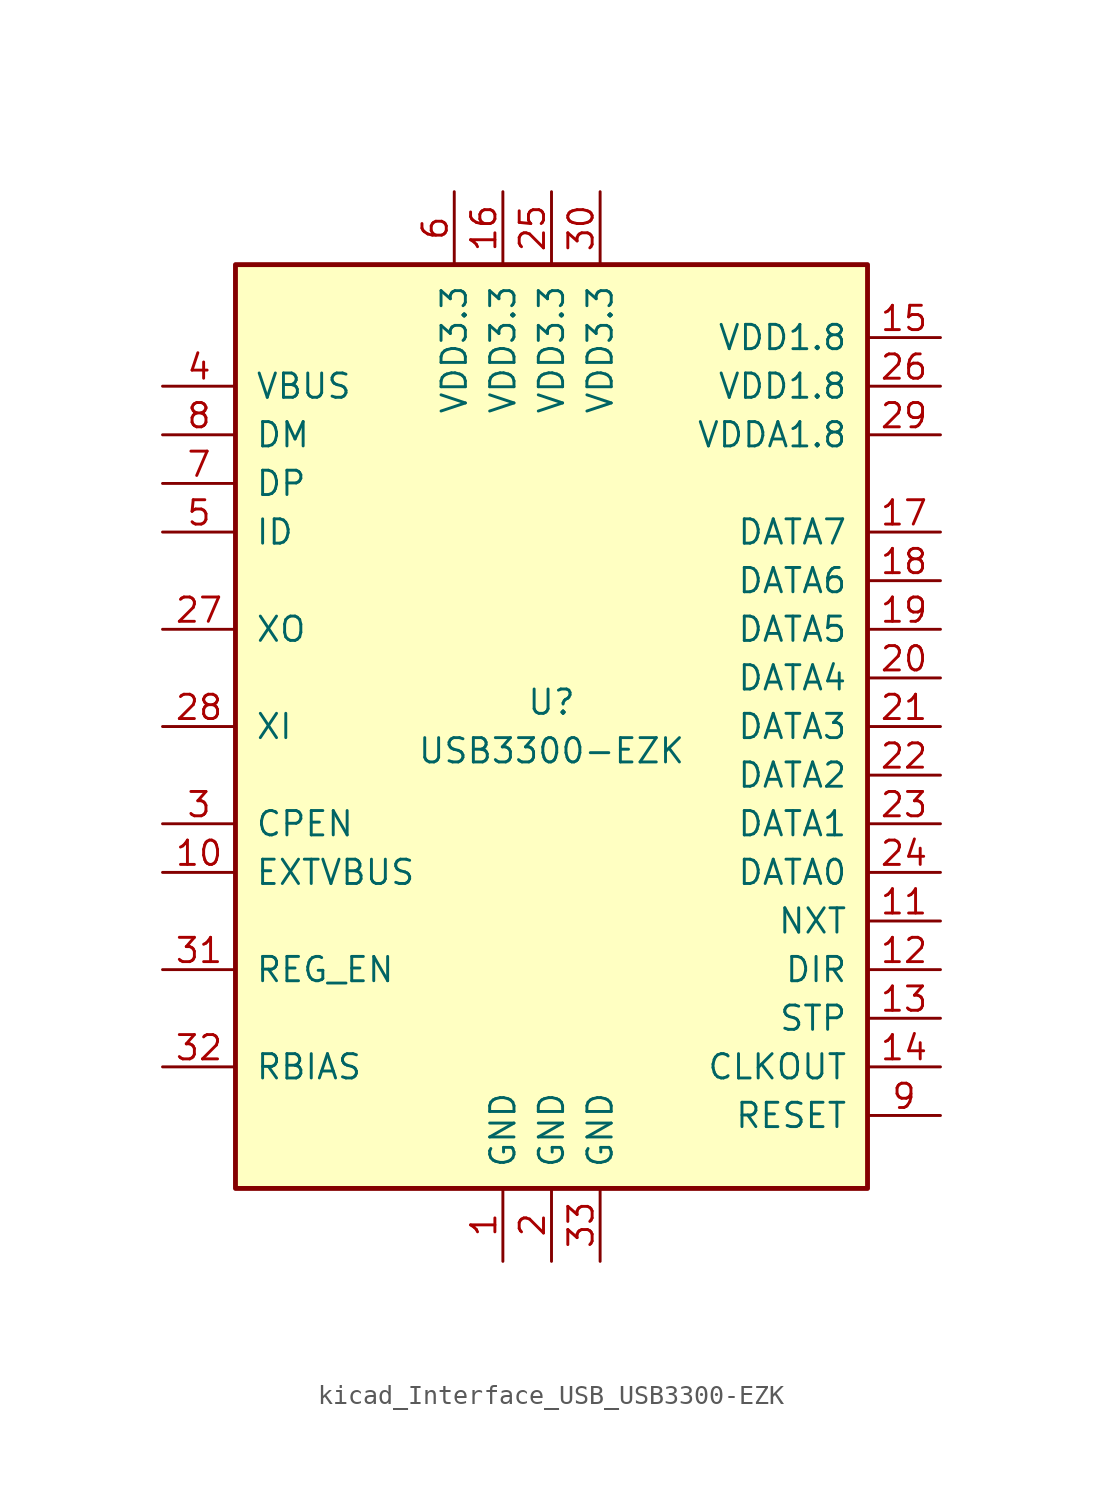
<source format=kicad_sym>
(kicad_symbol_lib
  (version 20220914)
  (generator kicad_symbol_editor)
  (symbol "kicad_Interface_USB_USB3300-EZK"
    (pin_names
      (offset 1.016))
    (property "Reference" "U"
      (at 0 1.27 0)
      (effects (font (size 1.27 1.27))))
    (property "Value" "USB3300-EZK"
      (at 0 -1.27 0)
      (effects (font (size 1.27 1.27))))
    (symbol "kicad_Interface_USB_USB3300-EZK_0_1"
      (rectangle (start 16.51 -24.13) (end -16.51 24.13) (stroke (width 0.254) (type default)) (fill (type background))))
    (symbol "kicad_Interface_USB_USB3300-EZK_1_1"
      (pin power_in line (at -2.54 -27.94 90) (length 3.81) (name "GND" (effects (font (size 1.27 1.27)))) (number "1" (effects (font (size 1.27 1.27)))))
      (pin input line (at -20.32 -7.62 0) (length 3.81) (name "EXTVBUS" (effects (font (size 1.27 1.27)))) (number "10" (effects (font (size 1.27 1.27)))))
      (pin output line (at 20.32 -10.16 180) (length 3.81) (name "NXT" (effects (font (size 1.27 1.27)))) (number "11" (effects (font (size 1.27 1.27)))))
      (pin output line (at 20.32 -12.7 180) (length 3.81) (name "DIR" (effects (font (size 1.27 1.27)))) (number "12" (effects (font (size 1.27 1.27)))))
      (pin input line (at 20.32 -15.24 180) (length 3.81) (name "STP" (effects (font (size 1.27 1.27)))) (number "13" (effects (font (size 1.27 1.27)))))
      (pin output line (at 20.32 -17.78 180) (length 3.81) (name "CLKOUT" (effects (font (size 1.27 1.27)))) (number "14" (effects (font (size 1.27 1.27)))))
      (pin power_out line (at 20.32 20.32 180) (length 3.81) (name "VDD1.8" (effects (font (size 1.27 1.27)))) (number "15" (effects (font (size 1.27 1.27)))))
      (pin power_in line (at -2.54 27.94 270) (length 3.81) (name "VDD3.3" (effects (font (size 1.27 1.27)))) (number "16" (effects (font (size 1.27 1.27)))))
      (pin bidirectional line (at 20.32 10.16 180) (length 3.81) (name "DATA7" (effects (font (size 1.27 1.27)))) (number "17" (effects (font (size 1.27 1.27)))))
      (pin bidirectional line (at 20.32 7.62 180) (length 3.81) (name "DATA6" (effects (font (size 1.27 1.27)))) (number "18" (effects (font (size 1.27 1.27)))))
      (pin bidirectional line (at 20.32 5.08 180) (length 3.81) (name "DATA5" (effects (font (size 1.27 1.27)))) (number "19" (effects (font (size 1.27 1.27)))))
      (pin power_in line (at 0 -27.94 90) (length 3.81) (name "GND" (effects (font (size 1.27 1.27)))) (number "2" (effects (font (size 1.27 1.27)))))
      (pin bidirectional line (at 20.32 2.54 180) (length 3.81) (name "DATA4" (effects (font (size 1.27 1.27)))) (number "20" (effects (font (size 1.27 1.27)))))
      (pin bidirectional line (at 20.32 0 180) (length 3.81) (name "DATA3" (effects (font (size 1.27 1.27)))) (number "21" (effects (font (size 1.27 1.27)))))
      (pin bidirectional line (at 20.32 -2.54 180) (length 3.81) (name "DATA2" (effects (font (size 1.27 1.27)))) (number "22" (effects (font (size 1.27 1.27)))))
      (pin bidirectional line (at 20.32 -5.08 180) (length 3.81) (name "DATA1" (effects (font (size 1.27 1.27)))) (number "23" (effects (font (size 1.27 1.27)))))
      (pin bidirectional line (at 20.32 -7.62 180) (length 3.81) (name "DATA0" (effects (font (size 1.27 1.27)))) (number "24" (effects (font (size 1.27 1.27)))))
      (pin power_in line (at 0 27.94 270) (length 3.81) (name "VDD3.3" (effects (font (size 1.27 1.27)))) (number "25" (effects (font (size 1.27 1.27)))))
      (pin power_out line (at 20.32 17.78 180) (length 3.81) (name "VDD1.8" (effects (font (size 1.27 1.27)))) (number "26" (effects (font (size 1.27 1.27)))))
      (pin output line (at -20.32 5.08 0) (length 3.81) (name "XO" (effects (font (size 1.27 1.27)))) (number "27" (effects (font (size 1.27 1.27)))))
      (pin input line (at -20.32 0 0) (length 3.81) (name "XI" (effects (font (size 1.27 1.27)))) (number "28" (effects (font (size 1.27 1.27)))))
      (pin power_out line (at 20.32 15.24 180) (length 3.81) (name "VDDA1.8" (effects (font (size 1.27 1.27)))) (number "29" (effects (font (size 1.27 1.27)))))
      (pin output line (at -20.32 -5.08 0) (length 3.81) (name "CPEN" (effects (font (size 1.27 1.27)))) (number "3" (effects (font (size 1.27 1.27)))))
      (pin power_in line (at 2.54 27.94 270) (length 3.81) (name "VDD3.3" (effects (font (size 1.27 1.27)))) (number "30" (effects (font (size 1.27 1.27)))))
      (pin bidirectional line (at -20.32 -12.7 0) (length 3.81) (name "REG_EN" (effects (font (size 1.27 1.27)))) (number "31" (effects (font (size 1.27 1.27)))))
      (pin passive line (at -20.32 -17.78 0) (length 3.81) (name "RBIAS" (effects (font (size 1.27 1.27)))) (number "32" (effects (font (size 1.27 1.27)))))
      (pin power_in line (at 2.54 -27.94 90) (length 3.81) (name "GND" (effects (font (size 1.27 1.27)))) (number "33" (effects (font (size 1.27 1.27)))))
      (pin power_in line (at -20.32 17.78 0) (length 3.81) (name "VBUS" (effects (font (size 1.27 1.27)))) (number "4" (effects (font (size 1.27 1.27)))))
      (pin input line (at -20.32 10.16 0) (length 3.81) (name "ID" (effects (font (size 1.27 1.27)))) (number "5" (effects (font (size 1.27 1.27)))))
      (pin power_in line (at -5.08 27.94 270) (length 3.81) (name "VDD3.3" (effects (font (size 1.27 1.27)))) (number "6" (effects (font (size 1.27 1.27)))))
      (pin bidirectional line (at -20.32 12.7 0) (length 3.81) (name "DP" (effects (font (size 1.27 1.27)))) (number "7" (effects (font (size 1.27 1.27)))))
      (pin bidirectional line (at -20.32 15.24 0) (length 3.81) (name "DM" (effects (font (size 1.27 1.27)))) (number "8" (effects (font (size 1.27 1.27)))))
      (pin input line (at 20.32 -20.32 180) (length 3.81) (name "RESET" (effects (font (size 1.27 1.27)))) (number "9" (effects (font (size 1.27 1.27))))))))
</source>
